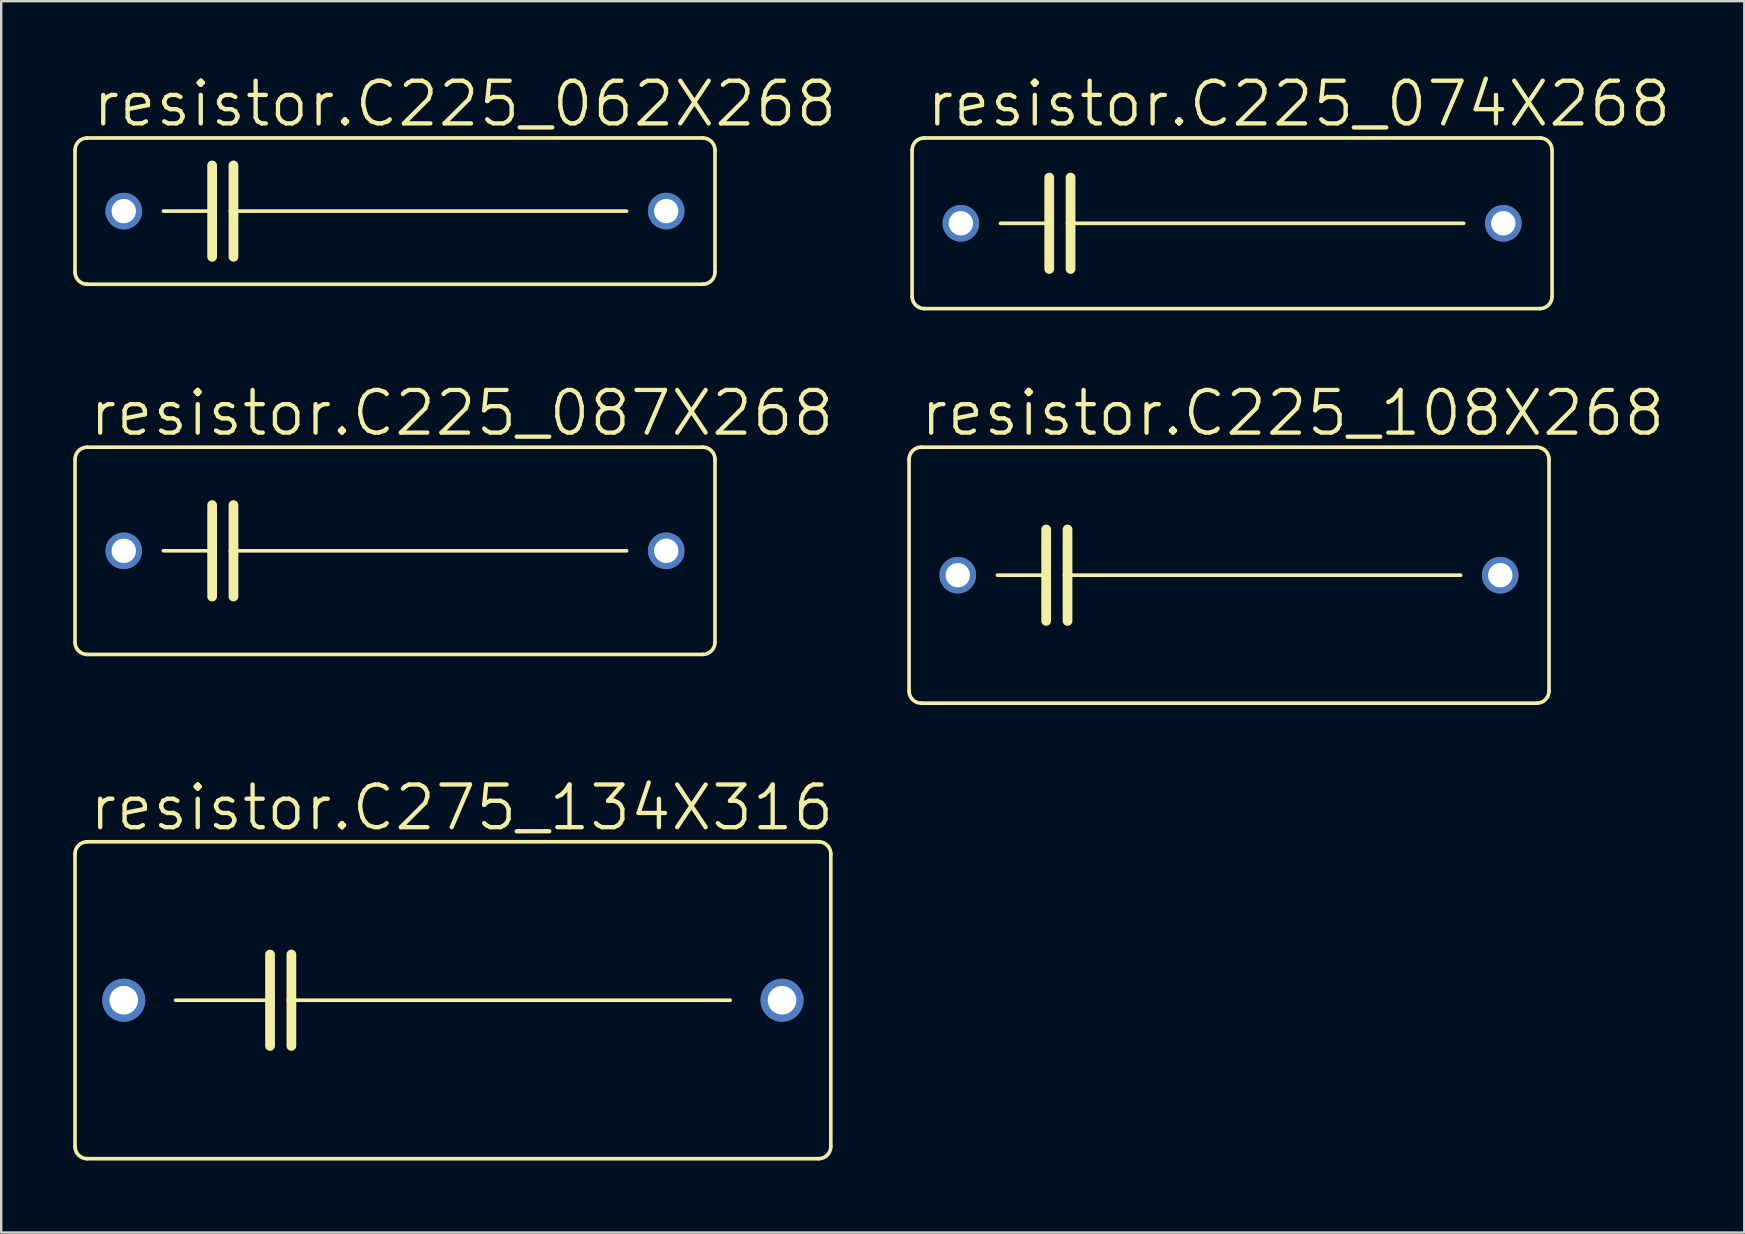
<source format=kicad_pcb>
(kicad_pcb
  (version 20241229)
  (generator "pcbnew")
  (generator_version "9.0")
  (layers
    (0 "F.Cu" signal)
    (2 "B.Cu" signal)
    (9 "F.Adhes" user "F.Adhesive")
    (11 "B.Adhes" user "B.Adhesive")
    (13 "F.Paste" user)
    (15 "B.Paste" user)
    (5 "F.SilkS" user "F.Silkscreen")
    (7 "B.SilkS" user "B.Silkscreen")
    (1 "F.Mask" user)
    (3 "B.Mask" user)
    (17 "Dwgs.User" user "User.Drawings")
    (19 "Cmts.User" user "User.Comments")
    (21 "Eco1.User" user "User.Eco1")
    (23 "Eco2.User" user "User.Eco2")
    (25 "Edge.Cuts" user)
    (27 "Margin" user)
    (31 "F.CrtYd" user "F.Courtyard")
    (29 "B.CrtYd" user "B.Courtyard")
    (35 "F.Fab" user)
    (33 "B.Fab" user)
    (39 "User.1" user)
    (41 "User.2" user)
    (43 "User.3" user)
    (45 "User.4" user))
  (footprint "resistor.C225_062X268"
    (layer "F.Cu")
    (at 13.411 5.747)
    (property "Reference" "resistor.C225_062X268" (at -12.7 -3.429 0) (layer "F.SilkS") (effects (font (size 1.778 1.778) (thickness 0.18)) (justify left bottom)))
    (attr through_hole)
    (fp_line (start -13.335 2.54) (end -13.335 -2.54) (stroke (width 0.152) (type default)) (layer "F.SilkS"))
    (fp_line (start -12.827 -3.048) (end 12.827 -3.048) (stroke (width 0.152) (type default)) (layer "F.SilkS"))
    (fp_line (start -9.652 0) (end -7.62 0) (stroke (width 0.152) (type default)) (layer "F.SilkS"))
    (fp_line (start -7.62 -1.905) (end -7.62 0) (stroke (width 0.406) (type default)) (layer "F.SilkS"))
    (fp_line (start -7.62 0) (end -7.62 1.905) (stroke (width 0.406) (type default)) (layer "F.SilkS"))
    (fp_line (start -6.731 -1.905) (end -6.731 0) (stroke (width 0.406) (type default)) (layer "F.SilkS"))
    (fp_line (start -6.731 0) (end -6.731 1.905) (stroke (width 0.406) (type default)) (layer "F.SilkS"))
    (fp_line (start -6.731 0) (end 9.652 0) (stroke (width 0.152) (type default)) (layer "F.SilkS"))
    (fp_line (start 12.827 3.048) (end -12.827 3.048) (stroke (width 0.152) (type default)) (layer "F.SilkS"))
    (fp_line (start 13.335 -2.54) (end 13.335 2.54) (stroke (width 0.152) (type default)) (layer "F.SilkS"))
    (fp_arc (start -13.335 -2.54) (mid -13.18621 -2.89921) (end -12.827 -3.048) (stroke (width 0.1524) (type default)) (layer "F.SilkS"))
    (fp_arc (start -12.827 3.048) (mid -13.18621 2.89921) (end -13.335 2.54) (stroke (width 0.1524) (type default)) (layer "F.SilkS"))
    (fp_arc (start 12.827 -3.048) (mid 13.18621 -2.89921) (end 13.335 -2.54) (stroke (width 0.1524) (type default)) (layer "F.SilkS"))
    (fp_arc (start 13.335 2.54) (mid 13.18621 2.89921) (end 12.827 3.048) (stroke (width 0.1524) (type default)) (layer "F.SilkS"))
    (pad "1" thru_hole circle (at -11.303 0) (size 1.524 1.524) (drill 1.016) (layers "*.Cu" "*.Mask"))
    (pad "2" thru_hole circle (at 11.303 0) (size 1.524 1.524) (drill 1.016) (layers "*.Cu" "*.Mask")))
  (footprint "resistor.C225_108X268"
    (layer "F.Cu")
    (at 48.168 20.92)
    (property "Reference" "resistor.C225_108X268" (at -12.954 -5.715 0) (layer "F.SilkS") (effects (font (size 1.778 1.778) (thickness 0.18)) (justify left bottom)))
    (attr through_hole)
    (fp_line (start -13.335 4.826) (end -13.335 -4.826) (stroke (width 0.152) (type default)) (layer "F.SilkS"))
    (fp_line (start -12.827 -5.334) (end 12.827 -5.334) (stroke (width 0.152) (type default)) (layer "F.SilkS"))
    (fp_line (start -9.652 0) (end -7.62 0) (stroke (width 0.152) (type default)) (layer "F.SilkS"))
    (fp_line (start -7.62 -1.905) (end -7.62 0) (stroke (width 0.406) (type default)) (layer "F.SilkS"))
    (fp_line (start -7.62 0) (end -7.62 1.905) (stroke (width 0.406) (type default)) (layer "F.SilkS"))
    (fp_line (start -6.731 -1.905) (end -6.731 0) (stroke (width 0.406) (type default)) (layer "F.SilkS"))
    (fp_line (start -6.731 0) (end -6.731 1.905) (stroke (width 0.406) (type default)) (layer "F.SilkS"))
    (fp_line (start -6.731 0) (end 9.652 0) (stroke (width 0.152) (type default)) (layer "F.SilkS"))
    (fp_line (start 12.827 5.334) (end -12.827 5.334) (stroke (width 0.152) (type default)) (layer "F.SilkS"))
    (fp_line (start 13.335 -4.826) (end 13.335 4.826) (stroke (width 0.152) (type default)) (layer "F.SilkS"))
    (fp_arc (start -13.335 -4.826) (mid -13.18621 -5.18521) (end -12.827 -5.334) (stroke (width 0.1524) (type default)) (layer "F.SilkS"))
    (fp_arc (start -12.827 5.334) (mid -13.18621 5.18521) (end -13.335 4.826) (stroke (width 0.1524) (type default)) (layer "F.SilkS"))
    (fp_arc (start 12.827 -5.334) (mid 13.18621 -5.18521) (end 13.335 -4.826) (stroke (width 0.1524) (type default)) (layer "F.SilkS"))
    (fp_arc (start 13.335 4.826) (mid 13.18621 5.18521) (end 12.827 5.334) (stroke (width 0.1524) (type default)) (layer "F.SilkS"))
    (pad "1" thru_hole circle (at -11.303 0) (size 1.524 1.524) (drill 1.016) (layers "*.Cu" "*.Mask"))
    (pad "2" thru_hole circle (at 11.303 0) (size 1.524 1.524) (drill 1.016) (layers "*.Cu" "*.Mask")))
  (footprint "resistor.C225_074X268"
    (layer "F.Cu")
    (at 48.295 6.255)
    (property "Reference" "resistor.C225_074X268" (at -12.827 -3.937 0) (layer "F.SilkS") (effects (font (size 1.778 1.778) (thickness 0.18)) (justify left bottom)))
    (attr through_hole)
    (fp_line (start -13.335 3.048) (end -13.335 -3.048) (stroke (width 0.152) (type default)) (layer "F.SilkS"))
    (fp_line (start -12.827 -3.556) (end 12.827 -3.556) (stroke (width 0.152) (type default)) (layer "F.SilkS"))
    (fp_line (start -9.652 0) (end -7.62 0) (stroke (width 0.152) (type default)) (layer "F.SilkS"))
    (fp_line (start -7.62 -1.905) (end -7.62 0) (stroke (width 0.406) (type default)) (layer "F.SilkS"))
    (fp_line (start -7.62 0) (end -7.62 1.905) (stroke (width 0.406) (type default)) (layer "F.SilkS"))
    (fp_line (start -6.731 -1.905) (end -6.731 0) (stroke (width 0.406) (type default)) (layer "F.SilkS"))
    (fp_line (start -6.731 0) (end -6.731 1.905) (stroke (width 0.406) (type default)) (layer "F.SilkS"))
    (fp_line (start -6.731 0) (end 9.652 0) (stroke (width 0.152) (type default)) (layer "F.SilkS"))
    (fp_line (start 12.827 3.556) (end -12.827 3.556) (stroke (width 0.152) (type default)) (layer "F.SilkS"))
    (fp_line (start 13.335 -3.048) (end 13.335 3.048) (stroke (width 0.152) (type default)) (layer "F.SilkS"))
    (fp_arc (start -13.335 -3.048) (mid -13.18621 -3.40721) (end -12.827 -3.556) (stroke (width 0.1524) (type default)) (layer "F.SilkS"))
    (fp_arc (start -12.827 3.556) (mid -13.18621 3.40721) (end -13.335 3.048) (stroke (width 0.1524) (type default)) (layer "F.SilkS"))
    (fp_arc (start 12.827 -3.556) (mid 13.18621 -3.40721) (end 13.335 -3.048) (stroke (width 0.1524) (type default)) (layer "F.SilkS"))
    (fp_arc (start 13.335 3.048) (mid 13.18621 3.40721) (end 12.827 3.556) (stroke (width 0.1524) (type default)) (layer "F.SilkS"))
    (pad "1" thru_hole circle (at -11.303 0) (size 1.524 1.524) (drill 1.016) (layers "*.Cu" "*.Mask"))
    (pad "2" thru_hole circle (at 11.303 0) (size 1.524 1.524) (drill 1.016) (layers "*.Cu" "*.Mask")))
  (footprint "resistor.C275_134X316"
    (layer "F.Cu")
    (at 15.824 38.633)
    (property "Reference" "resistor.C275_134X316" (at -15.24 -6.985 0) (layer "F.SilkS") (effects (font (size 1.778 1.778) (thickness 0.18)) (justify left bottom)))
    (attr through_hole)
    (fp_line (start -15.748 6.096) (end -15.748 -6.096) (stroke (width 0.152) (type default)) (layer "F.SilkS"))
    (fp_line (start -15.24 -6.604) (end 15.24 -6.604) (stroke (width 0.152) (type default)) (layer "F.SilkS"))
    (fp_line (start -11.557 0) (end -7.62 0) (stroke (width 0.152) (type default)) (layer "F.SilkS"))
    (fp_line (start -7.62 -1.905) (end -7.62 0) (stroke (width 0.406) (type default)) (layer "F.SilkS"))
    (fp_line (start -7.62 0) (end -7.62 1.905) (stroke (width 0.406) (type default)) (layer "F.SilkS"))
    (fp_line (start -6.731 -1.905) (end -6.731 0) (stroke (width 0.406) (type default)) (layer "F.SilkS"))
    (fp_line (start -6.731 0) (end -6.731 1.905) (stroke (width 0.406) (type default)) (layer "F.SilkS"))
    (fp_line (start -6.731 0) (end 11.557 0) (stroke (width 0.152) (type default)) (layer "F.SilkS"))
    (fp_line (start 15.24 6.604) (end -15.24 6.604) (stroke (width 0.152) (type default)) (layer "F.SilkS"))
    (fp_line (start 15.748 -6.096) (end 15.748 6.096) (stroke (width 0.152) (type default)) (layer "F.SilkS"))
    (fp_arc (start -15.748 -6.096) (mid -15.59921 -6.45521) (end -15.24 -6.604) (stroke (width 0.1524) (type default)) (layer "F.SilkS"))
    (fp_arc (start -15.24 6.604) (mid -15.59921 6.45521) (end -15.748 6.096) (stroke (width 0.1524) (type default)) (layer "F.SilkS"))
    (fp_arc (start 15.24 -6.604) (mid 15.59921 -6.45521) (end 15.748 -6.096) (stroke (width 0.1524) (type default)) (layer "F.SilkS"))
    (fp_arc (start 15.748 6.096) (mid 15.59921 6.45521) (end 15.24 6.604) (stroke (width 0.1524) (type default)) (layer "F.SilkS"))
    (pad "1" thru_hole circle (at -13.716 0) (size 1.791 1.791) (drill 1.194) (layers "*.Cu" "*.Mask"))
    (pad "2" thru_hole circle (at 13.716 0) (size 1.791 1.791) (drill 1.194) (layers "*.Cu" "*.Mask")))
  (footprint "resistor.C225_087X268"
    (layer "F.Cu")
    (at 13.411 19.904)
    (property "Reference" "resistor.C225_087X268" (at -12.827 -4.699 0) (layer "F.SilkS") (effects (font (size 1.778 1.778) (thickness 0.18)) (justify left bottom)))
    (attr through_hole)
    (fp_line (start -13.335 3.81) (end -13.335 -3.81) (stroke (width 0.152) (type default)) (layer "F.SilkS"))
    (fp_line (start -12.827 -4.318) (end 12.827 -4.318) (stroke (width 0.152) (type default)) (layer "F.SilkS"))
    (fp_line (start -9.652 0) (end -7.62 0) (stroke (width 0.152) (type default)) (layer "F.SilkS"))
    (fp_line (start -7.62 -1.905) (end -7.62 0) (stroke (width 0.406) (type default)) (layer "F.SilkS"))
    (fp_line (start -7.62 0) (end -7.62 1.905) (stroke (width 0.406) (type default)) (layer "F.SilkS"))
    (fp_line (start -6.731 -1.905) (end -6.731 0) (stroke (width 0.406) (type default)) (layer "F.SilkS"))
    (fp_line (start -6.731 0) (end -6.731 1.905) (stroke (width 0.406) (type default)) (layer "F.SilkS"))
    (fp_line (start -6.731 0) (end 9.652 0) (stroke (width 0.152) (type default)) (layer "F.SilkS"))
    (fp_line (start 12.827 4.318) (end -12.827 4.318) (stroke (width 0.152) (type default)) (layer "F.SilkS"))
    (fp_line (start 13.335 -3.81) (end 13.335 3.81) (stroke (width 0.152) (type default)) (layer "F.SilkS"))
    (fp_arc (start -13.335 -3.81) (mid -13.18621 -4.16921) (end -12.827 -4.318) (stroke (width 0.1524) (type default)) (layer "F.SilkS"))
    (fp_arc (start -12.827 4.318) (mid -13.18621 4.16921) (end -13.335 3.81) (stroke (width 0.1524) (type default)) (layer "F.SilkS"))
    (fp_arc (start 12.827 -4.318) (mid 13.18621 -4.16921) (end 13.335 -3.81) (stroke (width 0.1524) (type default)) (layer "F.SilkS"))
    (fp_arc (start 13.335 3.81) (mid 13.18621 4.16921) (end 12.827 4.318) (stroke (width 0.1524) (type default)) (layer "F.SilkS"))
    (pad "1" thru_hole circle (at -11.303 0) (size 1.524 1.524) (drill 1.016) (layers "*.Cu" "*.Mask"))
    (pad "2" thru_hole circle (at 11.303 0) (size 1.524 1.524) (drill 1.016) (layers "*.Cu" "*.Mask")))
  (gr_rect
    (start -3 -3)
    (end 69.64 48.314)
    (stroke (width 0.1) (type default))
    (fill no)
    (layer "Edge.Cuts")))
</source>
